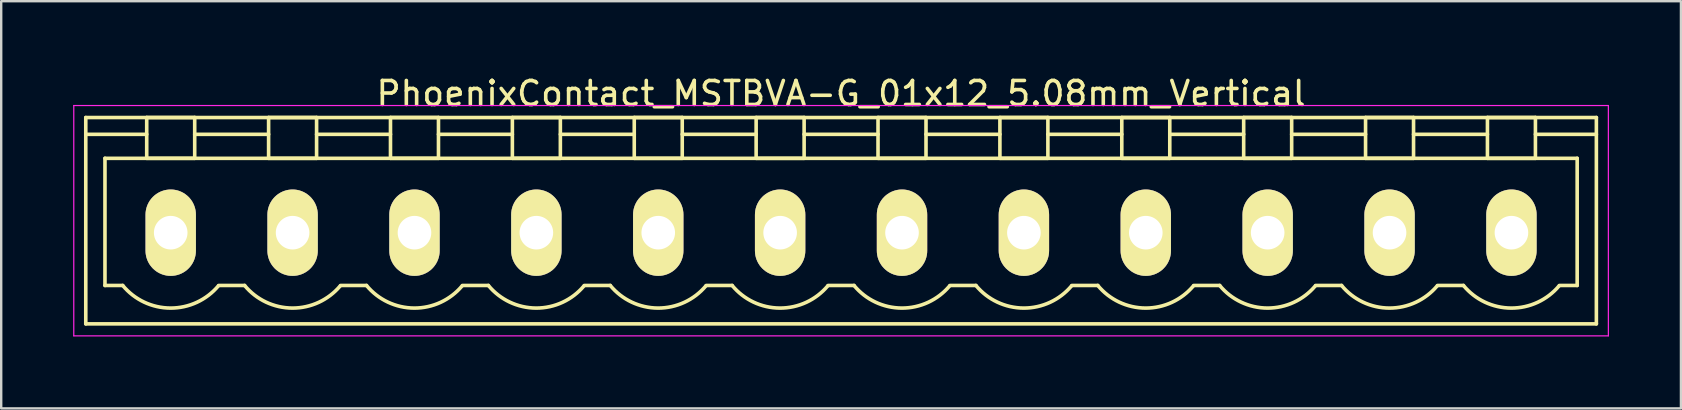
<source format=kicad_pcb>
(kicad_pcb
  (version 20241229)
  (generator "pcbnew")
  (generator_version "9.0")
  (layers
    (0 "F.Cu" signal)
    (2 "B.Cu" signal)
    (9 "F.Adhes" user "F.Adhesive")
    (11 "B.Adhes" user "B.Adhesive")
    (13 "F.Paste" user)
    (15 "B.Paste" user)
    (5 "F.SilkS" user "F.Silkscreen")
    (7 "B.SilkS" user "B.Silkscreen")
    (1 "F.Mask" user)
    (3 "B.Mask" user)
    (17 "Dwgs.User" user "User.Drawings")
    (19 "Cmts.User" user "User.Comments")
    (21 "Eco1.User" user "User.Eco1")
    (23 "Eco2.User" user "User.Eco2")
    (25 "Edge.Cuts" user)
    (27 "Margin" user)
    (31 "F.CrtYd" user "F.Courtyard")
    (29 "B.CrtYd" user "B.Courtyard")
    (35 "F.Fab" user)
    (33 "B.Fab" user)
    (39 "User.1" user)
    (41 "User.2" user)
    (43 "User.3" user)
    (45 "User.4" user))
  (footprint "PhoenixContact_MSTBVA-G_01x12_5.08mm_Vertical"
    (layer "F.Cu")
    (at 4.065 6.648)
    (property "Reference" "PhoenixContact_MSTBVA-G_01x12_5.08mm_Vertical" (at 27.94 -5.8 0) (layer "F.SilkS") (effects (font (size 1 1) (thickness 0.15))))
    (attr through_hole)
    (fp_line (start -3.54 -4.8) (end -3.54 3.8) (stroke (width 0.15) (type solid)) (layer "F.SilkS"))
    (fp_line (start -3.54 -4.1) (end -1 -4.1) (stroke (width 0.15) (type solid)) (layer "F.SilkS"))
    (fp_line (start -3.54 3.8) (end 59.42 3.8) (stroke (width 0.15) (type solid)) (layer "F.SilkS"))
    (fp_line (start -2.74 -3.1) (end 58.62 -3.1) (stroke (width 0.15) (type solid)) (layer "F.SilkS"))
    (fp_line (start -2.74 2.2) (end -2.74 -3.1) (stroke (width 0.15) (type solid)) (layer "F.SilkS"))
    (fp_line (start -2 2.2) (end -2.74 2.2) (stroke (width 0.15) (type solid)) (layer "F.SilkS"))
    (fp_line (start -1 -4.8) (end 1 -4.8) (stroke (width 0.15) (type solid)) (layer "F.SilkS"))
    (fp_line (start -1 -3.1) (end -1 -4.8) (stroke (width 0.15) (type solid)) (layer "F.SilkS"))
    (fp_line (start 1 -4.8) (end 1 -3.1) (stroke (width 0.15) (type solid)) (layer "F.SilkS"))
    (fp_line (start 1 -4.1) (end 4.08 -4.1) (stroke (width 0.15) (type solid)) (layer "F.SilkS"))
    (fp_line (start 1 -3.1) (end -1 -3.1) (stroke (width 0.15) (type solid)) (layer "F.SilkS"))
    (fp_line (start 2 2.2) (end 3.08 2.2) (stroke (width 0.15) (type solid)) (layer "F.SilkS"))
    (fp_line (start 4.08 -4.8) (end 6.08 -4.8) (stroke (width 0.15) (type solid)) (layer "F.SilkS"))
    (fp_line (start 4.08 -3.1) (end 4.08 -4.8) (stroke (width 0.15) (type solid)) (layer "F.SilkS"))
    (fp_line (start 6.08 -4.8) (end 6.08 -3.1) (stroke (width 0.15) (type solid)) (layer "F.SilkS"))
    (fp_line (start 6.08 -4.1) (end 9.16 -4.1) (stroke (width 0.15) (type solid)) (layer "F.SilkS"))
    (fp_line (start 6.08 -3.1) (end 4.08 -3.1) (stroke (width 0.15) (type solid)) (layer "F.SilkS"))
    (fp_line (start 7.08 2.2) (end 8.16 2.2) (stroke (width 0.15) (type solid)) (layer "F.SilkS"))
    (fp_line (start 9.16 -4.8) (end 11.16 -4.8) (stroke (width 0.15) (type solid)) (layer "F.SilkS"))
    (fp_line (start 9.16 -3.1) (end 9.16 -4.8) (stroke (width 0.15) (type solid)) (layer "F.SilkS"))
    (fp_line (start 11.16 -4.8) (end 11.16 -3.1) (stroke (width 0.15) (type solid)) (layer "F.SilkS"))
    (fp_line (start 11.16 -4.1) (end 14.24 -4.1) (stroke (width 0.15) (type solid)) (layer "F.SilkS"))
    (fp_line (start 11.16 -3.1) (end 9.16 -3.1) (stroke (width 0.15) (type solid)) (layer "F.SilkS"))
    (fp_line (start 12.16 2.2) (end 13.24 2.2) (stroke (width 0.15) (type solid)) (layer "F.SilkS"))
    (fp_line (start 14.24 -4.8) (end 16.24 -4.8) (stroke (width 0.15) (type solid)) (layer "F.SilkS"))
    (fp_line (start 14.24 -3.1) (end 14.24 -4.8) (stroke (width 0.15) (type solid)) (layer "F.SilkS"))
    (fp_line (start 16.24 -4.8) (end 16.24 -3.1) (stroke (width 0.15) (type solid)) (layer "F.SilkS"))
    (fp_line (start 16.24 -4.1) (end 19.32 -4.1) (stroke (width 0.15) (type solid)) (layer "F.SilkS"))
    (fp_line (start 16.24 -3.1) (end 14.24 -3.1) (stroke (width 0.15) (type solid)) (layer "F.SilkS"))
    (fp_line (start 17.24 2.2) (end 18.32 2.2) (stroke (width 0.15) (type solid)) (layer "F.SilkS"))
    (fp_line (start 19.32 -4.8) (end 21.32 -4.8) (stroke (width 0.15) (type solid)) (layer "F.SilkS"))
    (fp_line (start 19.32 -3.1) (end 19.32 -4.8) (stroke (width 0.15) (type solid)) (layer "F.SilkS"))
    (fp_line (start 21.32 -4.8) (end 21.32 -3.1) (stroke (width 0.15) (type solid)) (layer "F.SilkS"))
    (fp_line (start 21.32 -4.1) (end 24.4 -4.1) (stroke (width 0.15) (type solid)) (layer "F.SilkS"))
    (fp_line (start 21.32 -3.1) (end 19.32 -3.1) (stroke (width 0.15) (type solid)) (layer "F.SilkS"))
    (fp_line (start 22.32 2.2) (end 23.4 2.2) (stroke (width 0.15) (type solid)) (layer "F.SilkS"))
    (fp_line (start 24.4 -4.8) (end 26.4 -4.8) (stroke (width 0.15) (type solid)) (layer "F.SilkS"))
    (fp_line (start 24.4 -3.1) (end 24.4 -4.8) (stroke (width 0.15) (type solid)) (layer "F.SilkS"))
    (fp_line (start 26.4 -4.8) (end 26.4 -3.1) (stroke (width 0.15) (type solid)) (layer "F.SilkS"))
    (fp_line (start 26.4 -4.1) (end 29.48 -4.1) (stroke (width 0.15) (type solid)) (layer "F.SilkS"))
    (fp_line (start 26.4 -3.1) (end 24.4 -3.1) (stroke (width 0.15) (type solid)) (layer "F.SilkS"))
    (fp_line (start 27.4 2.2) (end 28.48 2.2) (stroke (width 0.15) (type solid)) (layer "F.SilkS"))
    (fp_line (start 29.48 -4.8) (end 31.48 -4.8) (stroke (width 0.15) (type solid)) (layer "F.SilkS"))
    (fp_line (start 29.48 -3.1) (end 29.48 -4.8) (stroke (width 0.15) (type solid)) (layer "F.SilkS"))
    (fp_line (start 31.48 -4.8) (end 31.48 -3.1) (stroke (width 0.15) (type solid)) (layer "F.SilkS"))
    (fp_line (start 31.48 -4.1) (end 34.56 -4.1) (stroke (width 0.15) (type solid)) (layer "F.SilkS"))
    (fp_line (start 31.48 -3.1) (end 29.48 -3.1) (stroke (width 0.15) (type solid)) (layer "F.SilkS"))
    (fp_line (start 32.48 2.2) (end 33.56 2.2) (stroke (width 0.15) (type solid)) (layer "F.SilkS"))
    (fp_line (start 34.56 -4.8) (end 36.56 -4.8) (stroke (width 0.15) (type solid)) (layer "F.SilkS"))
    (fp_line (start 34.56 -3.1) (end 34.56 -4.8) (stroke (width 0.15) (type solid)) (layer "F.SilkS"))
    (fp_line (start 36.56 -4.8) (end 36.56 -3.1) (stroke (width 0.15) (type solid)) (layer "F.SilkS"))
    (fp_line (start 36.56 -4.1) (end 39.64 -4.1) (stroke (width 0.15) (type solid)) (layer "F.SilkS"))
    (fp_line (start 36.56 -3.1) (end 34.56 -3.1) (stroke (width 0.15) (type solid)) (layer "F.SilkS"))
    (fp_line (start 37.56 2.2) (end 38.64 2.2) (stroke (width 0.15) (type solid)) (layer "F.SilkS"))
    (fp_line (start 39.64 -4.8) (end 41.64 -4.8) (stroke (width 0.15) (type solid)) (layer "F.SilkS"))
    (fp_line (start 39.64 -3.1) (end 39.64 -4.8) (stroke (width 0.15) (type solid)) (layer "F.SilkS"))
    (fp_line (start 41.64 -4.8) (end 41.64 -3.1) (stroke (width 0.15) (type solid)) (layer "F.SilkS"))
    (fp_line (start 41.64 -4.1) (end 44.72 -4.1) (stroke (width 0.15) (type solid)) (layer "F.SilkS"))
    (fp_line (start 41.64 -3.1) (end 39.64 -3.1) (stroke (width 0.15) (type solid)) (layer "F.SilkS"))
    (fp_line (start 42.64 2.2) (end 43.72 2.2) (stroke (width 0.15) (type solid)) (layer "F.SilkS"))
    (fp_line (start 44.72 -4.8) (end 46.72 -4.8) (stroke (width 0.15) (type solid)) (layer "F.SilkS"))
    (fp_line (start 44.72 -3.1) (end 44.72 -4.8) (stroke (width 0.15) (type solid)) (layer "F.SilkS"))
    (fp_line (start 46.72 -4.8) (end 46.72 -3.1) (stroke (width 0.15) (type solid)) (layer "F.SilkS"))
    (fp_line (start 46.72 -4.1) (end 49.8 -4.1) (stroke (width 0.15) (type solid)) (layer "F.SilkS"))
    (fp_line (start 46.72 -3.1) (end 44.72 -3.1) (stroke (width 0.15) (type solid)) (layer "F.SilkS"))
    (fp_line (start 47.72 2.2) (end 48.8 2.2) (stroke (width 0.15) (type solid)) (layer "F.SilkS"))
    (fp_line (start 49.8 -4.8) (end 51.8 -4.8) (stroke (width 0.15) (type solid)) (layer "F.SilkS"))
    (fp_line (start 49.8 -3.1) (end 49.8 -4.8) (stroke (width 0.15) (type solid)) (layer "F.SilkS"))
    (fp_line (start 51.8 -4.8) (end 51.8 -3.1) (stroke (width 0.15) (type solid)) (layer "F.SilkS"))
    (fp_line (start 51.8 -4.1) (end 54.88 -4.1) (stroke (width 0.15) (type solid)) (layer "F.SilkS"))
    (fp_line (start 51.8 -3.1) (end 49.8 -3.1) (stroke (width 0.15) (type solid)) (layer "F.SilkS"))
    (fp_line (start 52.8 2.2) (end 53.88 2.2) (stroke (width 0.15) (type solid)) (layer "F.SilkS"))
    (fp_line (start 54.88 -4.8) (end 56.88 -4.8) (stroke (width 0.15) (type solid)) (layer "F.SilkS"))
    (fp_line (start 54.88 -3.1) (end 54.88 -4.8) (stroke (width 0.15) (type solid)) (layer "F.SilkS"))
    (fp_line (start 56.88 -4.8) (end 56.88 -3.1) (stroke (width 0.15) (type solid)) (layer "F.SilkS"))
    (fp_line (start 56.88 -3.1) (end 54.88 -3.1) (stroke (width 0.15) (type solid)) (layer "F.SilkS"))
    (fp_line (start 58.62 -3.1) (end 58.62 2.2) (stroke (width 0.15) (type solid)) (layer "F.SilkS"))
    (fp_line (start 58.62 2.2) (end 57.88 2.2) (stroke (width 0.15) (type solid)) (layer "F.SilkS"))
    (fp_line (start 59.42 -4.8) (end -3.54 -4.8) (stroke (width 0.15) (type solid)) (layer "F.SilkS"))
    (fp_line (start 59.42 -4.1) (end 56.88 -4.1) (stroke (width 0.15) (type solid)) (layer "F.SilkS"))
    (fp_line (start 59.42 3.8) (end 59.42 -4.8) (stroke (width 0.15) (type solid)) (layer "F.SilkS"))
    (fp_arc (start 1.986842 2.215821) (mid -0.010289 3.142758) (end -2 2.2) (stroke (width 0.15) (type solid)) (layer "F.SilkS"))
    (fp_arc (start 7.066842 2.215821) (mid 5.069711 3.142758) (end 3.08 2.2) (stroke (width 0.15) (type solid)) (layer "F.SilkS"))
    (fp_arc (start 12.146842 2.215821) (mid 10.149711 3.142758) (end 8.16 2.2) (stroke (width 0.15) (type solid)) (layer "F.SilkS"))
    (fp_arc (start 17.226842 2.215821) (mid 15.229711 3.142758) (end 13.24 2.2) (stroke (width 0.15) (type solid)) (layer "F.SilkS"))
    (fp_arc (start 22.306842 2.215821) (mid 20.309711 3.142758) (end 18.32 2.2) (stroke (width 0.15) (type solid)) (layer "F.SilkS"))
    (fp_arc (start 27.386842 2.215821) (mid 25.389711 3.142758) (end 23.4 2.2) (stroke (width 0.15) (type solid)) (layer "F.SilkS"))
    (fp_arc (start 32.466842 2.215821) (mid 30.469711 3.142758) (end 28.48 2.2) (stroke (width 0.15) (type solid)) (layer "F.SilkS"))
    (fp_arc (start 37.546842 2.215821) (mid 35.549711 3.142758) (end 33.56 2.2) (stroke (width 0.15) (type solid)) (layer "F.SilkS"))
    (fp_arc (start 42.626842 2.215821) (mid 40.629711 3.142758) (end 38.64 2.2) (stroke (width 0.15) (type solid)) (layer "F.SilkS"))
    (fp_arc (start 47.706842 2.215821) (mid 45.709711 3.142758) (end 43.72 2.2) (stroke (width 0.15) (type solid)) (layer "F.SilkS"))
    (fp_arc (start 52.786842 2.215821) (mid 50.789711 3.142758) (end 48.8 2.2) (stroke (width 0.15) (type solid)) (layer "F.SilkS"))
    (fp_arc (start 57.866842 2.215821) (mid 55.869711 3.142758) (end 53.88 2.2) (stroke (width 0.15) (type solid)) (layer "F.SilkS"))
    (fp_line (start -4.04 -5.3) (end -4.04 4.3) (stroke (width 0.05) (type solid)) (layer "F.CrtYd"))
    (fp_line (start -4.04 4.3) (end 59.92 4.3) (stroke (width 0.05) (type solid)) (layer "F.CrtYd"))
    (fp_line (start 59.92 -5.3) (end -4.04 -5.3) (stroke (width 0.05) (type solid)) (layer "F.CrtYd"))
    (fp_line (start 59.92 4.3) (end 59.92 -5.3) (stroke (width 0.05) (type solid)) (layer "F.CrtYd"))
    (pad "1" thru_hole oval (at 0 0) (size 2.1 3.6) (drill 1.4) (layers "*.Cu" "*.Mask" "F.SilkS"))
    (pad "2" thru_hole oval (at 5.08 0) (size 2.1 3.6) (drill 1.4) (layers "*.Cu" "*.Mask" "F.SilkS"))
    (pad "3" thru_hole oval (at 10.16 0) (size 2.1 3.6) (drill 1.4) (layers "*.Cu" "*.Mask" "F.SilkS"))
    (pad "4" thru_hole oval (at 15.24 0) (size 2.1 3.6) (drill 1.4) (layers "*.Cu" "*.Mask" "F.SilkS"))
    (pad "5" thru_hole oval (at 20.32 0) (size 2.1 3.6) (drill 1.4) (layers "*.Cu" "*.Mask" "F.SilkS"))
    (pad "6" thru_hole oval (at 25.4 0) (size 2.1 3.6) (drill 1.4) (layers "*.Cu" "*.Mask" "F.SilkS"))
    (pad "7" thru_hole oval (at 30.48 0) (size 2.1 3.6) (drill 1.4) (layers "*.Cu" "*.Mask" "F.SilkS"))
    (pad "8" thru_hole oval (at 35.56 0) (size 2.1 3.6) (drill 1.4) (layers "*.Cu" "*.Mask" "F.SilkS"))
    (pad "9" thru_hole oval (at 40.64 0) (size 2.1 3.6) (drill 1.4) (layers "*.Cu" "*.Mask" "F.SilkS"))
    (pad "10" thru_hole oval (at 45.72 0) (size 2.1 3.6) (drill 1.4) (layers "*.Cu" "*.Mask" "F.SilkS"))
    (pad "11" thru_hole oval (at 50.8 0) (size 2.1 3.6) (drill 1.4) (layers "*.Cu" "*.Mask" "F.SilkS"))
    (pad "12" thru_hole oval (at 55.88 0) (size 2.1 3.6) (drill 1.4) (layers "*.Cu" "*.Mask" "F.SilkS")))
  (gr_rect
    (start -3 -3)
    (end 67.01 13.973)
    (stroke (width 0.1) (type default))
    (fill no)
    (layer "Edge.Cuts")))
</source>
